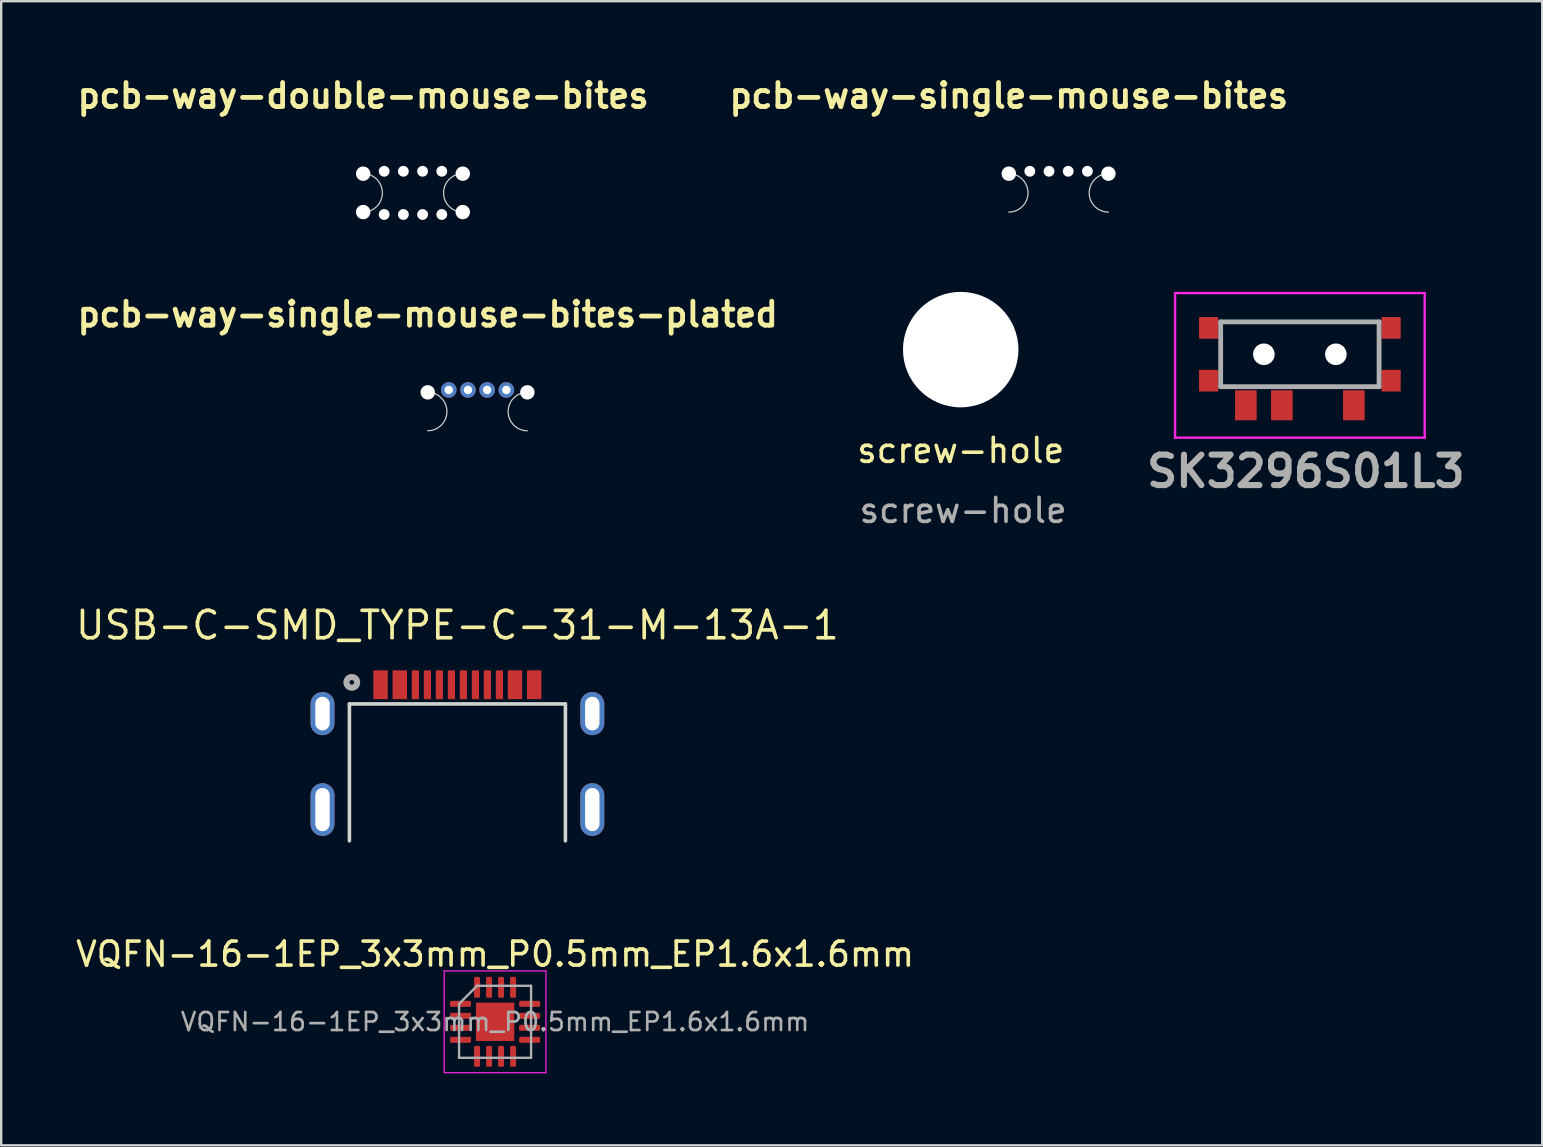
<source format=kicad_pcb>
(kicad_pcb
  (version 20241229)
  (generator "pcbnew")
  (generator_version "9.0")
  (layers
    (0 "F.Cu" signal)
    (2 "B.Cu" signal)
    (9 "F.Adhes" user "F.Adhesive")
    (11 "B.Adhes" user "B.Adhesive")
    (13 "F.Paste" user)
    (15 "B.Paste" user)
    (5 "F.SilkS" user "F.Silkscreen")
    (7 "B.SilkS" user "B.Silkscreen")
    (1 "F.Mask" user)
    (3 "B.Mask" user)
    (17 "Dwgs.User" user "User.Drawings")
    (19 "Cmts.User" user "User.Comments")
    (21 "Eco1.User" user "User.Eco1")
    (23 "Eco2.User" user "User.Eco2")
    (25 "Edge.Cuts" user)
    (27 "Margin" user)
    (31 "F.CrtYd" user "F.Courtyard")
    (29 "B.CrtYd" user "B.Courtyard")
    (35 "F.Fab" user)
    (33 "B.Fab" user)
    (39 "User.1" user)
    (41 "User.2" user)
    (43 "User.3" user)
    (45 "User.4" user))
  (footprint "VQFN-16-1EP_3x3mm_P0.5mm_EP1.6x1.6mm"
    (layer "F.Cu")
    (at 17.577 39.523)
    (property "Reference" "VQFN-16-1EP_3x3mm_P0.5mm_EP1.6x1.6mm" (at 0 -2.82 0) (layer "F.SilkS") (effects (font (size 1 1) (thickness 0.15))))
    (attr smd)
    (fp_line (start -1.61 1.61) (end -1.61 1.135) (stroke (width 0.12) (type solid)) (layer "Eco2.User"))
    (fp_line (start -1.135 -1.61) (end -1.61 -1.61) (stroke (width 0.12) (type solid)) (layer "Eco2.User"))
    (fp_line (start -1.135 1.61) (end -1.61 1.61) (stroke (width 0.12) (type solid)) (layer "Eco2.User"))
    (fp_line (start 1.135 -1.61) (end 1.61 -1.61) (stroke (width 0.12) (type solid)) (layer "Eco2.User"))
    (fp_line (start 1.135 1.61) (end 1.61 1.61) (stroke (width 0.12) (type solid)) (layer "Eco2.User"))
    (fp_line (start 1.61 -1.61) (end 1.61 -1.135) (stroke (width 0.12) (type solid)) (layer "Eco2.User"))
    (fp_line (start 1.61 1.61) (end 1.61 1.135) (stroke (width 0.12) (type solid)) (layer "Eco2.User"))
    (fp_line (start -2.12 -2.12) (end -2.12 2.12) (stroke (width 0.05) (type solid)) (layer "F.CrtYd"))
    (fp_line (start -2.12 2.12) (end 2.12 2.12) (stroke (width 0.05) (type solid)) (layer "F.CrtYd"))
    (fp_line (start 2.12 -2.12) (end -2.12 -2.12) (stroke (width 0.05) (type solid)) (layer "F.CrtYd"))
    (fp_line (start 2.12 2.12) (end 2.12 -2.12) (stroke (width 0.05) (type solid)) (layer "F.CrtYd"))
    (fp_line (start -1.5 -0.75) (end -0.75 -1.5) (stroke (width 0.1) (type solid)) (layer "F.Fab"))
    (fp_line (start -1.5 1.5) (end -1.5 -0.75) (stroke (width 0.1) (type solid)) (layer "F.Fab"))
    (fp_line (start -0.75 -1.5) (end 1.5 -1.5) (stroke (width 0.1) (type solid)) (layer "F.Fab"))
    (fp_line (start 1.5 -1.5) (end 1.5 1.5) (stroke (width 0.1) (type solid)) (layer "F.Fab"))
    (fp_line (start 1.5 1.5) (end -1.5 1.5) (stroke (width 0.1) (type solid)) (layer "F.Fab"))
    (fp_text user "${REFERENCE}" (at 0 0 0) (layer "F.Fab") (effects (font (size 0.75 0.75) (thickness 0.11))))
    (pad "" smd roundrect (at -0.4 -0.4) (size 0.64 0.64) (layers "F.Paste") (roundrect_rratio 0.25))
    (pad "" smd roundrect (at -0.4 0.4) (size 0.64 0.64) (layers "F.Paste") (roundrect_rratio 0.25))
    (pad "" smd roundrect (at 0.4 -0.4) (size 0.64 0.64) (layers "F.Paste") (roundrect_rratio 0.25))
    (pad "" smd roundrect (at 0.4 0.4) (size 0.64 0.64) (layers "F.Paste") (roundrect_rratio 0.25))
    (pad "1" smd roundrect (at -1.438 -0.75) (size 0.875 0.25) (layers "F.Cu" "F.Mask" "F.Paste") (roundrect_rratio 0.25))
    (pad "2" smd roundrect (at -1.438 -0.25) (size 0.875 0.25) (layers "F.Cu" "F.Mask" "F.Paste") (roundrect_rratio 0.25))
    (pad "3" smd roundrect (at -1.438 0.25) (size 0.875 0.25) (layers "F.Cu" "F.Mask" "F.Paste") (roundrect_rratio 0.25))
    (pad "4" smd roundrect (at -1.438 0.75) (size 0.875 0.25) (layers "F.Cu" "F.Mask" "F.Paste") (roundrect_rratio 0.25))
    (pad "5" smd roundrect (at -0.75 1.438) (size 0.25 0.875) (layers "F.Cu" "F.Mask" "F.Paste") (roundrect_rratio 0.25))
    (pad "6" smd roundrect (at -0.25 1.438) (size 0.25 0.875) (layers "F.Cu" "F.Mask" "F.Paste") (roundrect_rratio 0.25))
    (pad "7" smd roundrect (at 0.25 1.438) (size 0.25 0.875) (layers "F.Cu" "F.Mask" "F.Paste") (roundrect_rratio 0.25))
    (pad "8" smd roundrect (at 0.75 1.438) (size 0.25 0.875) (layers "F.Cu" "F.Mask" "F.Paste") (roundrect_rratio 0.25))
    (pad "9" smd roundrect (at 1.438 0.75) (size 0.875 0.25) (layers "F.Cu" "F.Mask" "F.Paste") (roundrect_rratio 0.25))
    (pad "10" smd roundrect (at 1.438 0.25) (size 0.875 0.25) (layers "F.Cu" "F.Mask" "F.Paste") (roundrect_rratio 0.25))
    (pad "11" smd roundrect (at 1.438 -0.25) (size 0.875 0.25) (layers "F.Cu" "F.Mask" "F.Paste") (roundrect_rratio 0.25))
    (pad "12" smd roundrect (at 1.438 -0.75) (size 0.875 0.25) (layers "F.Cu" "F.Mask" "F.Paste") (roundrect_rratio 0.25))
    (pad "13" smd roundrect (at 0.75 -1.438) (size 0.25 0.875) (layers "F.Cu" "F.Mask" "F.Paste") (roundrect_rratio 0.25))
    (pad "14" smd roundrect (at 0.25 -1.438) (size 0.25 0.875) (layers "F.Cu" "F.Mask" "F.Paste") (roundrect_rratio 0.25))
    (pad "15" smd roundrect (at -0.25 -1.438) (size 0.25 0.875) (layers "F.Cu" "F.Mask" "F.Paste") (roundrect_rratio 0.25))
    (pad "16" smd roundrect (at -0.75 -1.438) (size 0.25 0.875) (layers "F.Cu" "F.Mask" "F.Paste") (roundrect_rratio 0.25))
    (pad "17" smd rect (at 0 0) (size 1.6 1.6) (layers "F.Cu" "F.Mask")))
  (footprint "USB-C-SMD_TYPE-C-31-M-13A-1"
    (layer "F.Cu")
    (at 16.007 28.08)
    (property "Reference" "USB-C-SMD_TYPE-C-31-M-13A-1" (at 0 -5.08 0) (layer "F.SilkS") (effects (font (size 1.143 1.143) (thickness 0.152))))
    (attr smd)
    (fp_poly (pts (xy -3.5 -3.2) (xy -2.9 -3.2) (xy -2.9 -2) (xy -3.5 -2)) (stroke (width 0) (type solid)) (fill yes) (layer "F.Paste"))
    (fp_poly (pts (xy -2.7 -3.2) (xy -2.1 -3.2) (xy -2.1 -2) (xy -2.7 -2)) (stroke (width 0) (type solid)) (fill yes) (layer "F.Paste"))
    (fp_poly (pts (xy -1.9 -3.2) (xy -1.6 -3.2) (xy -1.6 -2) (xy -1.9 -2)) (stroke (width 0) (type solid)) (fill yes) (layer "F.Paste"))
    (fp_poly (pts (xy -1.4 -3.2) (xy -1.1 -3.2) (xy -1.1 -2) (xy -1.4 -2)) (stroke (width 0) (type solid)) (fill yes) (layer "F.Paste"))
    (fp_poly (pts (xy -0.9 -3.2) (xy -0.6 -3.2) (xy -0.6 -2) (xy -0.9 -2)) (stroke (width 0) (type solid)) (fill yes) (layer "F.Paste"))
    (fp_poly (pts (xy -0.4 -3.2) (xy -0.1 -3.2) (xy -0.1 -2) (xy -0.4 -2)) (stroke (width 0) (type solid)) (fill yes) (layer "F.Paste"))
    (fp_poly (pts (xy 0.1 -3.2) (xy 0.4 -3.2) (xy 0.4 -2) (xy 0.1 -2)) (stroke (width 0) (type solid)) (fill yes) (layer "F.Paste"))
    (fp_poly (pts (xy 0.6 -3.2) (xy 0.9 -3.2) (xy 0.9 -2) (xy 0.6 -2)) (stroke (width 0) (type solid)) (fill yes) (layer "F.Paste"))
    (fp_poly (pts (xy 1.1 -3.2) (xy 1.4 -3.2) (xy 1.4 -2) (xy 1.1 -2)) (stroke (width 0) (type solid)) (fill yes) (layer "F.Paste"))
    (fp_poly (pts (xy 1.6 -3.2) (xy 1.9 -3.2) (xy 1.9 -2) (xy 1.6 -2)) (stroke (width 0) (type solid)) (fill yes) (layer "F.Paste"))
    (fp_poly (pts (xy 2.1 -3.2) (xy 2.7 -3.2) (xy 2.7 -2) (xy 2.1 -2)) (stroke (width 0) (type solid)) (fill yes) (layer "F.Paste"))
    (fp_poly (pts (xy 2.9 -3.2) (xy 3.5 -3.2) (xy 3.5 -2) (xy 2.9 -2)) (stroke (width 0) (type solid)) (fill yes) (layer "F.Paste"))
    (fp_line (start 4.5 4.7) (end -4.5 4.7) (stroke (width 0.15) (type solid)) (layer "Eco2.User"))
    (fp_line (start -4.499 -1.801) (end 4.5 -1.801) (stroke (width 0.15) (type solid)) (layer "Edge.Cuts"))
    (fp_line (start -4.499 3.901) (end -4.499 -1.801) (stroke (width 0.15) (type solid)) (layer "Edge.Cuts"))
    (fp_line (start 4.5 -1.801) (end 4.5 3.901) (stroke (width 0.15) (type solid)) (layer "Edge.Cuts"))
    (fp_circle (center -4.4 -2.7) (end -4.177 -2.7) (stroke (width 0.254) (type solid)) (fill no) (layer "F.Fab"))
    (pad "A1" smd rect (at -3.2 -2.6) (size 0.6 1.2) (layers "F.Cu" "F.Mask" "F.Paste"))
    (pad "A4" smd rect (at -2.4 -2.6) (size 0.6 1.2) (layers "F.Cu" "F.Mask" "F.Paste"))
    (pad "A5" smd rect (at -1.25 -2.6) (size 0.3 1.2) (layers "F.Cu" "F.Mask" "F.Paste"))
    (pad "A6" smd rect (at -0.25 -2.6) (size 0.3 1.2) (layers "F.Cu" "F.Mask" "F.Paste"))
    (pad "A7" smd rect (at 0.25 -2.6) (size 0.3 1.2) (layers "F.Cu" "F.Mask" "F.Paste"))
    (pad "A8" smd rect (at 1.25 -2.6) (size 0.3 1.2) (layers "F.Cu" "F.Mask" "F.Paste"))
    (pad "B1" smd rect (at 3.2 -2.6) (size 0.6 1.2) (layers "F.Cu" "F.Mask" "F.Paste"))
    (pad "B4" smd rect (at 2.4 -2.6) (size 0.6 1.2) (layers "F.Cu" "F.Mask" "F.Paste"))
    (pad "B5" smd rect (at 1.75 -2.6) (size 0.3 1.2) (layers "F.Cu" "F.Mask" "F.Paste"))
    (pad "B6" smd rect (at 0.75 -2.6) (size 0.3 1.2) (layers "F.Cu" "F.Mask" "F.Paste"))
    (pad "B7" smd rect (at -0.75 -2.6) (size 0.3 1.2) (layers "F.Cu" "F.Mask" "F.Paste"))
    (pad "B8" smd rect (at -1.75 -2.6) (size 0.3 1.2) (layers "F.Cu" "F.Mask" "F.Paste"))
    (pad "S1" thru_hole oval (at -5.62 -1.4) (size 1 1.8) (drill oval 0.6 1.4) (layers "*.Cu" "*.Paste" "*.Mask"))
    (pad "S1" thru_hole oval (at -5.62 2.6) (size 1 2.2) (drill oval 0.6 1.8) (layers "*.Cu" "*.Paste" "*.Mask"))
    (pad "S1" thru_hole oval (at 5.62 -1.4) (size 1 1.8) (drill oval 0.6 1.4) (layers "*.Cu" "*.Paste" "*.Mask"))
    (pad "S1" thru_hole oval (at 5.62 2.6) (size 1 2.2) (drill oval 0.6 1.8) (layers "*.Cu" "*.Paste" "*.Mask")))
  (footprint "pcb-way-single-mouse-bites-plated"
    (layer "F.Cu")
    (at 14.771 13.297)
    (property "Reference" "pcb-way-single-mouse-bites-plated" (at 0 -3.25 0) (layer "F.SilkS") (effects (font (size 1 1) (thickness 0.2))))
    (attr through_hole board_only exclude_from_pos_files exclude_from_bom)
    (fp_arc (start 0 0) (mid 0.8 0.8) (end 0 1.6) (stroke (width 0.05) (type solid)) (layer "Edge.Cuts"))
    (fp_arc (start 4.15 1.6) (mid 3.35 0.8) (end 4.15 0) (stroke (width 0.05) (type solid)) (layer "Edge.Cuts"))
    (pad "" np_thru_hole circle (at 0 0) (size 0.6 0.6) (drill 0.6) (layers "*.Cu" "*.Mask"))
    (pad "" thru_hole circle (at 0.875 -0.1) (size 0.65 0.65) (drill 0.35) (layers "*.Cu" "*.Mask"))
    (pad "" thru_hole circle (at 1.675 -0.1) (size 0.65 0.65) (drill 0.35) (layers "*.Cu" "*.Mask"))
    (pad "" thru_hole circle (at 2.475 -0.1) (size 0.65 0.65) (drill 0.35) (layers "*.Cu" "*.Mask"))
    (pad "" thru_hole circle (at 3.275 -0.1) (size 0.65 0.65) (drill 0.35) (layers "*.Cu" "*.Mask"))
    (pad "" np_thru_hole circle (at 4.15 0) (size 0.6 0.6) (drill 0.6) (layers "*.Cu" "*.Mask")))
  (footprint "SK3296S01L3"
    (layer "F.Cu")
    (at 51.108 12.086)
    (property "Reference" "SK3296S01L3" (at 0.25 4.5 0) (layer "F.Fab") (effects (font (size 1.27 1.27) (thickness 0.254))))
    (attr smd)
    (fp_line (start -5.2 -2.925) (end 5.2 -2.925) (stroke (width 0.1) (type solid)) (layer "F.CrtYd"))
    (fp_line (start -5.2 3.1) (end -5.2 -2.925) (stroke (width 0.1) (type solid)) (layer "F.CrtYd"))
    (fp_line (start 5.2 -2.925) (end 5.2 3.1) (stroke (width 0.1) (type solid)) (layer "F.CrtYd"))
    (fp_line (start 5.2 3.1) (end -5.2 3.1) (stroke (width 0.1) (type solid)) (layer "F.CrtYd"))
    (fp_line (start -3.3 -1.725) (end -3.3 0.975) (stroke (width 0.2) (type solid)) (layer "F.Fab"))
    (fp_line (start -3.3 0.975) (end 3.3 0.975) (stroke (width 0.2) (type solid)) (layer "F.Fab"))
    (fp_line (start 3.3 -1.725) (end -3.3 -1.725) (stroke (width 0.2) (type solid)) (layer "F.Fab"))
    (fp_line (start 3.3 0.975) (end 3.3 -1.725) (stroke (width 0.2) (type solid)) (layer "F.Fab"))
    (pad "" np_thru_hole circle (at -1.5 -0.375) (size 0.9 0.9) (drill 0.9) (layers "*.Cu" "*.Mask"))
    (pad "" np_thru_hole circle (at 1.5 -0.375) (size 0.9 0.9) (drill 0.9) (layers "*.Cu" "*.Mask"))
    (pad "1" smd rect (at 2.25 1.75) (size 0.9 1.25) (layers "F.Cu" "F.Mask" "F.Paste"))
    (pad "2" smd rect (at -0.75 1.75) (size 0.9 1.25) (layers "F.Cu" "F.Mask" "F.Paste"))
    (pad "3" smd rect (at -2.25 1.75) (size 0.9 1.25) (layers "F.Cu" "F.Mask" "F.Paste"))
    (pad "MP1" smd rect (at -3.8 0.725) (size 0.8 0.9) (layers "F.Cu" "F.Mask" "F.Paste"))
    (pad "MP2" smd rect (at -3.8 -1.475) (size 0.8 0.9) (layers "F.Cu" "F.Mask" "F.Paste"))
    (pad "MP3" smd rect (at 3.8 0.725) (size 0.8 0.9) (layers "F.Cu" "F.Mask" "F.Paste"))
    (pad "MP4" smd rect (at 3.8 -1.475) (size 0.8 0.9) (layers "F.Cu" "F.Mask" "F.Paste")))
  (footprint "pcb-way-single-mouse-bites"
    (layer "F.Cu")
    (at 38.981 4.186)
    (property "Reference" "pcb-way-single-mouse-bites" (at 0 -3.25 0) (layer "F.SilkS") (effects (font (size 1 1) (thickness 0.2))))
    (attr through_hole board_only exclude_from_pos_files exclude_from_bom)
    (fp_arc (start 0 0) (mid 0.8 0.8) (end 0 1.6) (stroke (width 0.05) (type solid)) (layer "Edge.Cuts"))
    (fp_arc (start 4.15 1.6) (mid 3.35 0.8) (end 4.15 0) (stroke (width 0.05) (type solid)) (layer "Edge.Cuts"))
    (pad "" np_thru_hole circle (at 0 0) (size 0.6 0.6) (drill 0.6) (layers "*.Cu" "*.Mask"))
    (pad "" np_thru_hole circle (at 0.875 -0.1) (size 0.45 0.45) (drill 0.45) (layers "*.Cu" "*.Mask"))
    (pad "" np_thru_hole circle (at 1.675 -0.1) (size 0.45 0.45) (drill 0.45) (layers "*.Cu" "*.Mask"))
    (pad "" np_thru_hole circle (at 2.475 -0.1) (size 0.45 0.45) (drill 0.45) (layers "*.Cu" "*.Mask"))
    (pad "" np_thru_hole circle (at 3.275 -0.1) (size 0.45 0.45) (drill 0.45) (layers "*.Cu" "*.Mask"))
    (pad "" np_thru_hole circle (at 4.15 0) (size 0.6 0.6) (drill 0.6) (layers "*.Cu" "*.Mask")))
  (footprint "screw-hole"
    (layer "F.Cu")
    (at 36.977 11.516)
    (property "Reference" "screw-hole" (at 0 4.2 0) (unlocked yes) (layer "F.SilkS") (effects (font (size 1 1) (thickness 0.15))))
    (attr through_hole board_only exclude_from_pos_files exclude_from_bom)
    (fp_circle (center 0 0) (end 1.9 0) (stroke (width 0.05) (type solid)) (fill no) (layer "B.CrtYd"))
    (fp_circle (center 0 0) (end -0.015 1.9) (stroke (width 0.05) (type solid)) (fill no) (layer "F.CrtYd"))
    (fp_text user "${REFERENCE}" (at 0.1 6.7 0) (unlocked yes) (layer "F.Fab") (effects (font (size 1 1) (thickness 0.15))))
    (pad "" np_thru_hole circle (at 0 0) (size 4.81 4.81) (drill 4.81) (layers "*.Cu" "*.Mask")))
  (footprint "pcb-way-double-mouse-bites"
    (layer "F.Cu")
    (at 12.081 4.186)
    (property "Reference" "pcb-way-double-mouse-bites" (at 0 -3.25 0) (layer "F.SilkS") (effects (font (size 1 1) (thickness 0.2))))
    (attr through_hole board_only exclude_from_pos_files exclude_from_bom)
    (fp_arc (start 0 0) (mid 0.8 0.8) (end 0 1.6) (stroke (width 0.05) (type solid)) (layer "Edge.Cuts"))
    (fp_arc (start 4.15 1.6) (mid 3.35 0.8) (end 4.15 0) (stroke (width 0.05) (type solid)) (layer "Edge.Cuts"))
    (pad "" np_thru_hole circle (at 0 0) (size 0.6 0.6) (drill 0.6) (layers "*.Cu" "*.Mask"))
    (pad "" np_thru_hole circle (at 0 1.6) (size 0.6 0.6) (drill 0.6) (layers "*.Cu" "*.Mask"))
    (pad "" np_thru_hole circle (at 0.875 -0.1) (size 0.45 0.45) (drill 0.45) (layers "*.Cu" "*.Mask"))
    (pad "" np_thru_hole circle (at 0.875 1.7) (size 0.45 0.45) (drill 0.45) (layers "*.Cu" "*.Mask"))
    (pad "" np_thru_hole circle (at 1.675 -0.1) (size 0.45 0.45) (drill 0.45) (layers "*.Cu" "*.Mask"))
    (pad "" np_thru_hole circle (at 1.675 1.7) (size 0.45 0.45) (drill 0.45) (layers "*.Cu" "*.Mask"))
    (pad "" np_thru_hole circle (at 2.475 -0.1) (size 0.45 0.45) (drill 0.45) (layers "*.Cu" "*.Mask"))
    (pad "" np_thru_hole circle (at 2.475 1.7) (size 0.45 0.45) (drill 0.45) (layers "*.Cu" "*.Mask"))
    (pad "" np_thru_hole circle (at 3.275 -0.1) (size 0.45 0.45) (drill 0.45) (layers "*.Cu" "*.Mask"))
    (pad "" np_thru_hole circle (at 3.275 1.7) (size 0.45 0.45) (drill 0.45) (layers "*.Cu" "*.Mask"))
    (pad "" np_thru_hole circle (at 4.15 0) (size 0.6 0.6) (drill 0.6) (layers "*.Cu" "*.Mask"))
    (pad "" np_thru_hole circle (at 4.15 1.6) (size 0.6 0.6) (drill 0.6) (layers "*.Cu" "*.Mask")))
  (gr_rect
    (start -3 -3)
    (end 61.204 44.668)
    (stroke (width 0.1) (type default))
    (fill no)
    (layer "Edge.Cuts")))
</source>
